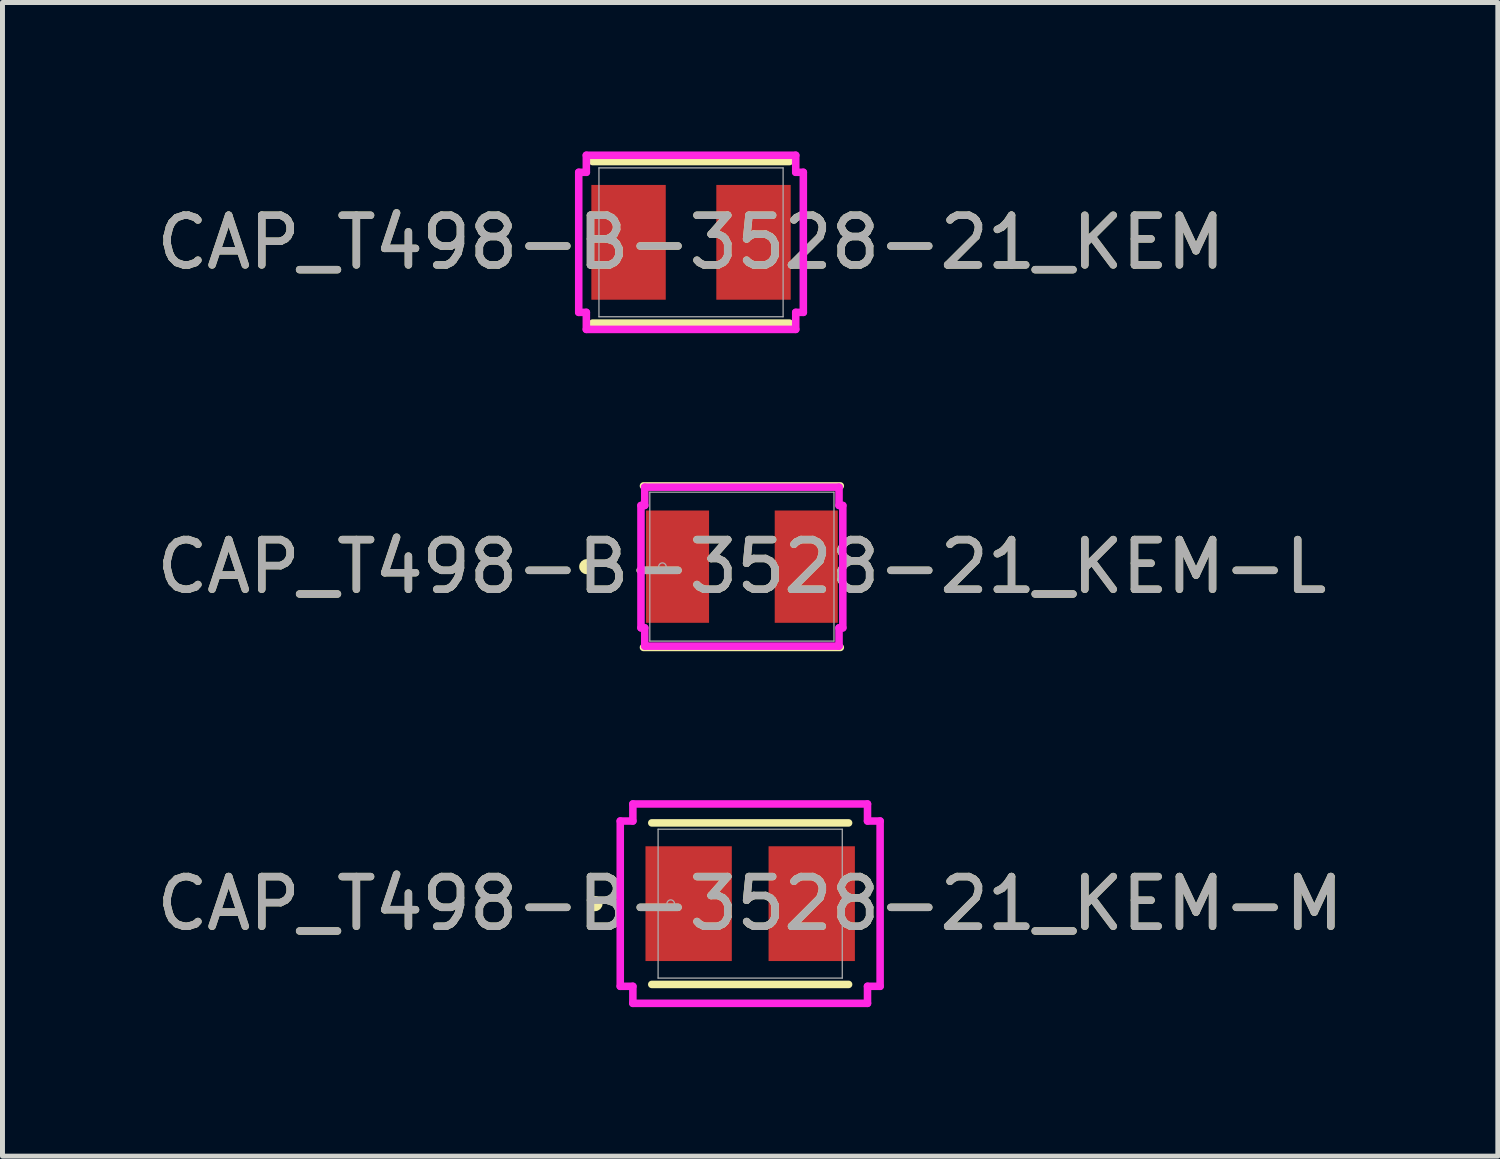
<source format=kicad_pcb>
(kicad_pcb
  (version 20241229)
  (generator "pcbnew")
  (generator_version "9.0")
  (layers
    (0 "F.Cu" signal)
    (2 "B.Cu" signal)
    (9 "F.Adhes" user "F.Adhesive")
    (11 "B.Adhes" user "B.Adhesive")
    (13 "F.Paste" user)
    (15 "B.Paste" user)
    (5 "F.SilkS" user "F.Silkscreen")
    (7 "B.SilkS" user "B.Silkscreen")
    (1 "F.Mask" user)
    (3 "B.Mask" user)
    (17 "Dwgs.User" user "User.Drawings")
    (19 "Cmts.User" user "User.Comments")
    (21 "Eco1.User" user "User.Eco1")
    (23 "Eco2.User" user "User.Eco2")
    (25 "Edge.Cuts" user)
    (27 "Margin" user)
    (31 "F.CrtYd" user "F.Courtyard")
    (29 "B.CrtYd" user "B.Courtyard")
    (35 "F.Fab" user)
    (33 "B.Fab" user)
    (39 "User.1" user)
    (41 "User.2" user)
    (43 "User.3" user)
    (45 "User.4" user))
  (footprint "CAP_T498-B-3528-21_KEM-M"
    (layer "F.Cu")
    (at 12.054 15.144)
    (property "Reference" "CAP_T498-B-3528-21_KEM-M" (at 0 0 0) (unlocked yes) (layer "F.SilkS") (effects (font (size 1 1) (thickness 0.15))))
    (attr smd)
    (fp_line (start -1.981 1.626) (end 1.981 1.626) (stroke (width 0.152) (type solid)) (layer "F.SilkS"))
    (fp_line (start 1.981 -1.626) (end -1.981 -1.626) (stroke (width 0.152) (type solid)) (layer "F.SilkS"))
    (fp_circle (center -3.124 0) (end -3.048 0) (stroke (width 0.152) (type solid)) (fill no) (layer "F.SilkS"))
    (fp_line (start -2.616 -1.664) (end -2.362 -1.664) (stroke (width 0.152) (type solid)) (layer "F.CrtYd"))
    (fp_line (start -2.616 1.664) (end -2.616 -1.664) (stroke (width 0.152) (type solid)) (layer "F.CrtYd"))
    (fp_line (start -2.362 -2.007) (end 2.362 -2.007) (stroke (width 0.152) (type solid)) (layer "F.CrtYd"))
    (fp_line (start -2.362 -1.664) (end -2.362 -2.007) (stroke (width 0.152) (type solid)) (layer "F.CrtYd"))
    (fp_line (start -2.362 1.664) (end -2.616 1.664) (stroke (width 0.152) (type solid)) (layer "F.CrtYd"))
    (fp_line (start -2.362 2.007) (end -2.362 1.664) (stroke (width 0.152) (type solid)) (layer "F.CrtYd"))
    (fp_line (start 2.362 -2.007) (end 2.362 -1.664) (stroke (width 0.152) (type solid)) (layer "F.CrtYd"))
    (fp_line (start 2.362 -1.664) (end 2.616 -1.664) (stroke (width 0.152) (type solid)) (layer "F.CrtYd"))
    (fp_line (start 2.362 1.664) (end 2.362 2.007) (stroke (width 0.152) (type solid)) (layer "F.CrtYd"))
    (fp_line (start 2.362 2.007) (end -2.362 2.007) (stroke (width 0.152) (type solid)) (layer "F.CrtYd"))
    (fp_line (start 2.616 -1.664) (end 2.616 1.664) (stroke (width 0.152) (type solid)) (layer "F.CrtYd"))
    (fp_line (start 2.616 1.664) (end 2.362 1.664) (stroke (width 0.152) (type solid)) (layer "F.CrtYd"))
    (fp_line (start -1.854 -1.499) (end -1.854 1.499) (stroke (width 0.025) (type solid)) (layer "F.Fab"))
    (fp_line (start -1.854 1.499) (end 1.854 1.499) (stroke (width 0.025) (type solid)) (layer "F.Fab"))
    (fp_line (start 1.854 -1.499) (end -1.854 -1.499) (stroke (width 0.025) (type solid)) (layer "F.Fab"))
    (fp_line (start 1.854 1.499) (end 1.854 -1.499) (stroke (width 0.025) (type solid)) (layer "F.Fab"))
    (fp_circle (center -1.6 0) (end -1.524 0) (stroke (width 0.025) (type solid)) (fill no) (layer "F.Fab"))
    (fp_text user "${REFERENCE}" (at 0 0 0) (unlocked yes) (layer "F.Fab") (effects (font (size 1 1) (thickness 0.15))))
    (pad "1" smd rect (at -1.239 0 90) (size 2.311 1.738) (layers "F.Cu" "F.Mask" "F.Paste"))
    (pad "2" smd rect (at 1.239 0 90) (size 2.311 1.738) (layers "F.Cu" "F.Mask" "F.Paste"))
    (zone (net_name "") (layer "F.Cu") (hatch full 0.508) (connect_pads) (min_thickness 0.254) (filled_areas_thickness no) (keepout (tracks not_allowed) (vias not_allowed) (pads allowed) (copperpour not_allowed) (footprints allowed)) (placement (enabled no)) (fill) (polygon (pts (xy 10.25 13.696) (xy 13.857 13.696) (xy 13.857 13.938) (xy 10.25 13.938))))
    (zone (net_name "") (layer "F.Cu") (hatch full 0.508) (connect_pads) (min_thickness 0.254) (filled_areas_thickness no) (keepout (tracks not_allowed) (vias not_allowed) (pads allowed) (copperpour not_allowed) (footprints allowed)) (placement (enabled no)) (fill) (polygon (pts (xy 10.25 16.351) (xy 13.857 16.351) (xy 13.857 16.592) (xy 10.25 16.592))))
    (zone (net_name "") (layer "F.Cu") (hatch full 0.508) (connect_pads) (min_thickness 0.254) (filled_areas_thickness no) (keepout (tracks not_allowed) (vias not_allowed) (pads allowed) (copperpour not_allowed) (footprints allowed)) (placement (enabled no)) (fill) (polygon (pts (xy 11.734 13.938) (xy 12.373 13.938) (xy 12.373 16.351) (xy 11.734 16.351)))))
  (footprint "CAP_T498-B-3528-21_KEM-L"
    (layer "F.Cu")
    (at 11.887 8.359)
    (property "Reference" "CAP_T498-B-3528-21_KEM-L" (at 0 0 0) (unlocked yes) (layer "F.SilkS") (effects (font (size 1 1) (thickness 0.15))))
    (attr smd)
    (fp_line (start -1.981 1.626) (end 1.981 1.626) (stroke (width 0.152) (type solid)) (layer "F.SilkS"))
    (fp_line (start 1.981 -1.626) (end -1.981 -1.626) (stroke (width 0.152) (type solid)) (layer "F.SilkS"))
    (fp_circle (center -3.124 0) (end -3.048 0) (stroke (width 0.152) (type solid)) (fill no) (layer "F.SilkS"))
    (fp_line (start -2.032 -1.232) (end -1.956 -1.232) (stroke (width 0.152) (type solid)) (layer "F.CrtYd"))
    (fp_line (start -2.032 1.232) (end -2.032 -1.232) (stroke (width 0.152) (type solid)) (layer "F.CrtYd"))
    (fp_line (start -1.956 -1.6) (end 1.956 -1.6) (stroke (width 0.152) (type solid)) (layer "F.CrtYd"))
    (fp_line (start -1.956 -1.232) (end -1.956 -1.6) (stroke (width 0.152) (type solid)) (layer "F.CrtYd"))
    (fp_line (start -1.956 1.232) (end -2.032 1.232) (stroke (width 0.152) (type solid)) (layer "F.CrtYd"))
    (fp_line (start -1.956 1.6) (end -1.956 1.232) (stroke (width 0.152) (type solid)) (layer "F.CrtYd"))
    (fp_line (start 1.956 -1.6) (end 1.956 -1.232) (stroke (width 0.152) (type solid)) (layer "F.CrtYd"))
    (fp_line (start 1.956 -1.232) (end 2.032 -1.232) (stroke (width 0.152) (type solid)) (layer "F.CrtYd"))
    (fp_line (start 1.956 1.232) (end 1.956 1.6) (stroke (width 0.152) (type solid)) (layer "F.CrtYd"))
    (fp_line (start 1.956 1.6) (end -1.956 1.6) (stroke (width 0.152) (type solid)) (layer "F.CrtYd"))
    (fp_line (start 2.032 -1.232) (end 2.032 1.232) (stroke (width 0.152) (type solid)) (layer "F.CrtYd"))
    (fp_line (start 2.032 1.232) (end 1.956 1.232) (stroke (width 0.152) (type solid)) (layer "F.CrtYd"))
    (fp_line (start -1.854 -1.499) (end -1.854 1.499) (stroke (width 0.025) (type solid)) (layer "F.Fab"))
    (fp_line (start -1.854 1.499) (end 1.854 1.499) (stroke (width 0.025) (type solid)) (layer "F.Fab"))
    (fp_line (start 1.854 -1.499) (end -1.854 -1.499) (stroke (width 0.025) (type solid)) (layer "F.Fab"))
    (fp_line (start 1.854 1.499) (end 1.854 -1.499) (stroke (width 0.025) (type solid)) (layer "F.Fab"))
    (fp_circle (center -1.6 0) (end -1.524 0) (stroke (width 0.025) (type solid)) (fill no) (layer "F.Fab"))
    (fp_text user "${REFERENCE}" (at 0 0 0) (unlocked yes) (layer "F.Fab") (effects (font (size 1 1) (thickness 0.15))))
    (pad "1" smd rect (at -1.296 0 90) (size 2.261 1.27) (layers "F.Cu" "F.Mask" "F.Paste"))
    (pad "2" smd rect (at 1.296 0 90) (size 2.261 1.27) (layers "F.Cu" "F.Mask" "F.Paste"))
    (zone (net_name "") (layer "F.Cu") (hatch full 0.508) (connect_pads) (min_thickness 0.254) (filled_areas_thickness no) (keepout (tracks not_allowed) (vias not_allowed) (pads allowed) (copperpour not_allowed) (footprints allowed)) (placement (enabled no)) (fill) (polygon (pts (xy 10.084 6.912) (xy 13.69 6.912) (xy 13.69 7.153) (xy 10.084 7.153))))
    (zone (net_name "") (layer "F.Cu") (hatch full 0.508) (connect_pads) (min_thickness 0.254) (filled_areas_thickness no) (keepout (tracks not_allowed) (vias not_allowed) (pads allowed) (copperpour not_allowed) (footprints allowed)) (placement (enabled no)) (fill) (polygon (pts (xy 10.084 9.566) (xy 13.69 9.566) (xy 13.69 9.807) (xy 10.084 9.807))))
    (zone (net_name "") (layer "F.Cu") (hatch full 0.508) (connect_pads) (min_thickness 0.254) (filled_areas_thickness no) (keepout (tracks not_allowed) (vias not_allowed) (pads allowed) (copperpour not_allowed) (footprints allowed)) (placement (enabled no)) (fill) (polygon (pts (xy 11.277 7.153) (xy 12.497 7.153) (xy 12.497 9.566) (xy 11.277 9.566)))))
  (footprint "CAP_T498-B-3528-21_KEM"
    (layer "F.Cu")
    (at 10.863 1.829)
    (property "Reference" "CAP_T498-B-3528-21_KEM" (at 0 0 0) (unlocked yes) (layer "F.SilkS") (effects (font (size 1 1) (thickness 0.15))))
    (attr smd)
    (fp_line (start -1.981 1.626) (end 1.981 1.626) (stroke (width 0.152) (type solid)) (layer "F.SilkS"))
    (fp_line (start 1.981 -1.626) (end -1.981 -1.626) (stroke (width 0.152) (type solid)) (layer "F.SilkS"))
    (fp_line (start -2.261 -1.41) (end -2.108 -1.41) (stroke (width 0.152) (type solid)) (layer "F.CrtYd"))
    (fp_line (start -2.261 1.41) (end -2.261 -1.41) (stroke (width 0.152) (type solid)) (layer "F.CrtYd"))
    (fp_line (start -2.108 -1.753) (end 2.108 -1.753) (stroke (width 0.152) (type solid)) (layer "F.CrtYd"))
    (fp_line (start -2.108 -1.41) (end -2.108 -1.753) (stroke (width 0.152) (type solid)) (layer "F.CrtYd"))
    (fp_line (start -2.108 1.41) (end -2.261 1.41) (stroke (width 0.152) (type solid)) (layer "F.CrtYd"))
    (fp_line (start -2.108 1.753) (end -2.108 1.41) (stroke (width 0.152) (type solid)) (layer "F.CrtYd"))
    (fp_line (start 2.108 -1.753) (end 2.108 -1.41) (stroke (width 0.152) (type solid)) (layer "F.CrtYd"))
    (fp_line (start 2.108 -1.41) (end 2.261 -1.41) (stroke (width 0.152) (type solid)) (layer "F.CrtYd"))
    (fp_line (start 2.108 1.41) (end 2.108 1.753) (stroke (width 0.152) (type solid)) (layer "F.CrtYd"))
    (fp_line (start 2.108 1.753) (end -2.108 1.753) (stroke (width 0.152) (type solid)) (layer "F.CrtYd"))
    (fp_line (start 2.261 -1.41) (end 2.261 1.41) (stroke (width 0.152) (type solid)) (layer "F.CrtYd"))
    (fp_line (start 2.261 1.41) (end 2.108 1.41) (stroke (width 0.152) (type solid)) (layer "F.CrtYd"))
    (fp_line (start -1.854 -1.499) (end -1.854 1.499) (stroke (width 0.025) (type solid)) (layer "F.Fab"))
    (fp_line (start -1.854 1.499) (end 1.854 1.499) (stroke (width 0.025) (type solid)) (layer "F.Fab"))
    (fp_line (start 1.854 -1.499) (end -1.854 -1.499) (stroke (width 0.025) (type solid)) (layer "F.Fab"))
    (fp_line (start 1.854 1.499) (end 1.854 -1.499) (stroke (width 0.025) (type solid)) (layer "F.Fab"))
    (fp_circle (center -1.6 0) (end -1.6 0) (stroke (width 0.025) (type solid)) (fill no) (layer "F.Fab"))
    (fp_text user "${REFERENCE}" (at 0 0 0) (unlocked yes) (layer "F.Fab") (effects (font (size 1 1) (thickness 0.15))))
    (pad "1" smd rect (at -1.258 0 90) (size 2.311 1.498) (layers "F.Cu" "F.Mask" "F.Paste"))
    (pad "2" smd rect (at 1.258 0 90) (size 2.311 1.498) (layers "F.Cu" "F.Mask" "F.Paste"))
    (zone (net_name "") (layer "F.Cu") (hatch full 0.508) (connect_pads) (min_thickness 0.254) (filled_areas_thickness no) (keepout (tracks not_allowed) (vias not_allowed) (pads allowed) (copperpour not_allowed) (footprints allowed)) (placement (enabled no)) (fill) (polygon (pts (xy 9.06 0.381) (xy 12.666 0.381) (xy 12.666 0.622) (xy 9.06 0.622))))
    (zone (net_name "") (layer "F.Cu") (hatch full 0.508) (connect_pads) (min_thickness 0.254) (filled_areas_thickness no) (keepout (tracks not_allowed) (vias not_allowed) (pads allowed) (copperpour not_allowed) (footprints allowed)) (placement (enabled no)) (fill) (polygon (pts (xy 9.06 3.035) (xy 12.666 3.035) (xy 12.666 3.277) (xy 9.06 3.277))))
    (zone (net_name "") (layer "F.Cu") (hatch full 0.508) (connect_pads) (min_thickness 0.254) (filled_areas_thickness no) (keepout (tracks not_allowed) (vias not_allowed) (pads allowed) (copperpour not_allowed) (footprints allowed)) (placement (enabled no)) (fill) (polygon (pts (xy 10.405 0.622) (xy 11.321 0.622) (xy 11.321 3.035) (xy 10.405 3.035)))))
  (gr_rect
    (start -3 -3)
    (end 27.107 20.227)
    (stroke (width 0.1) (type default))
    (fill no)
    (layer "Edge.Cuts")))
</source>
